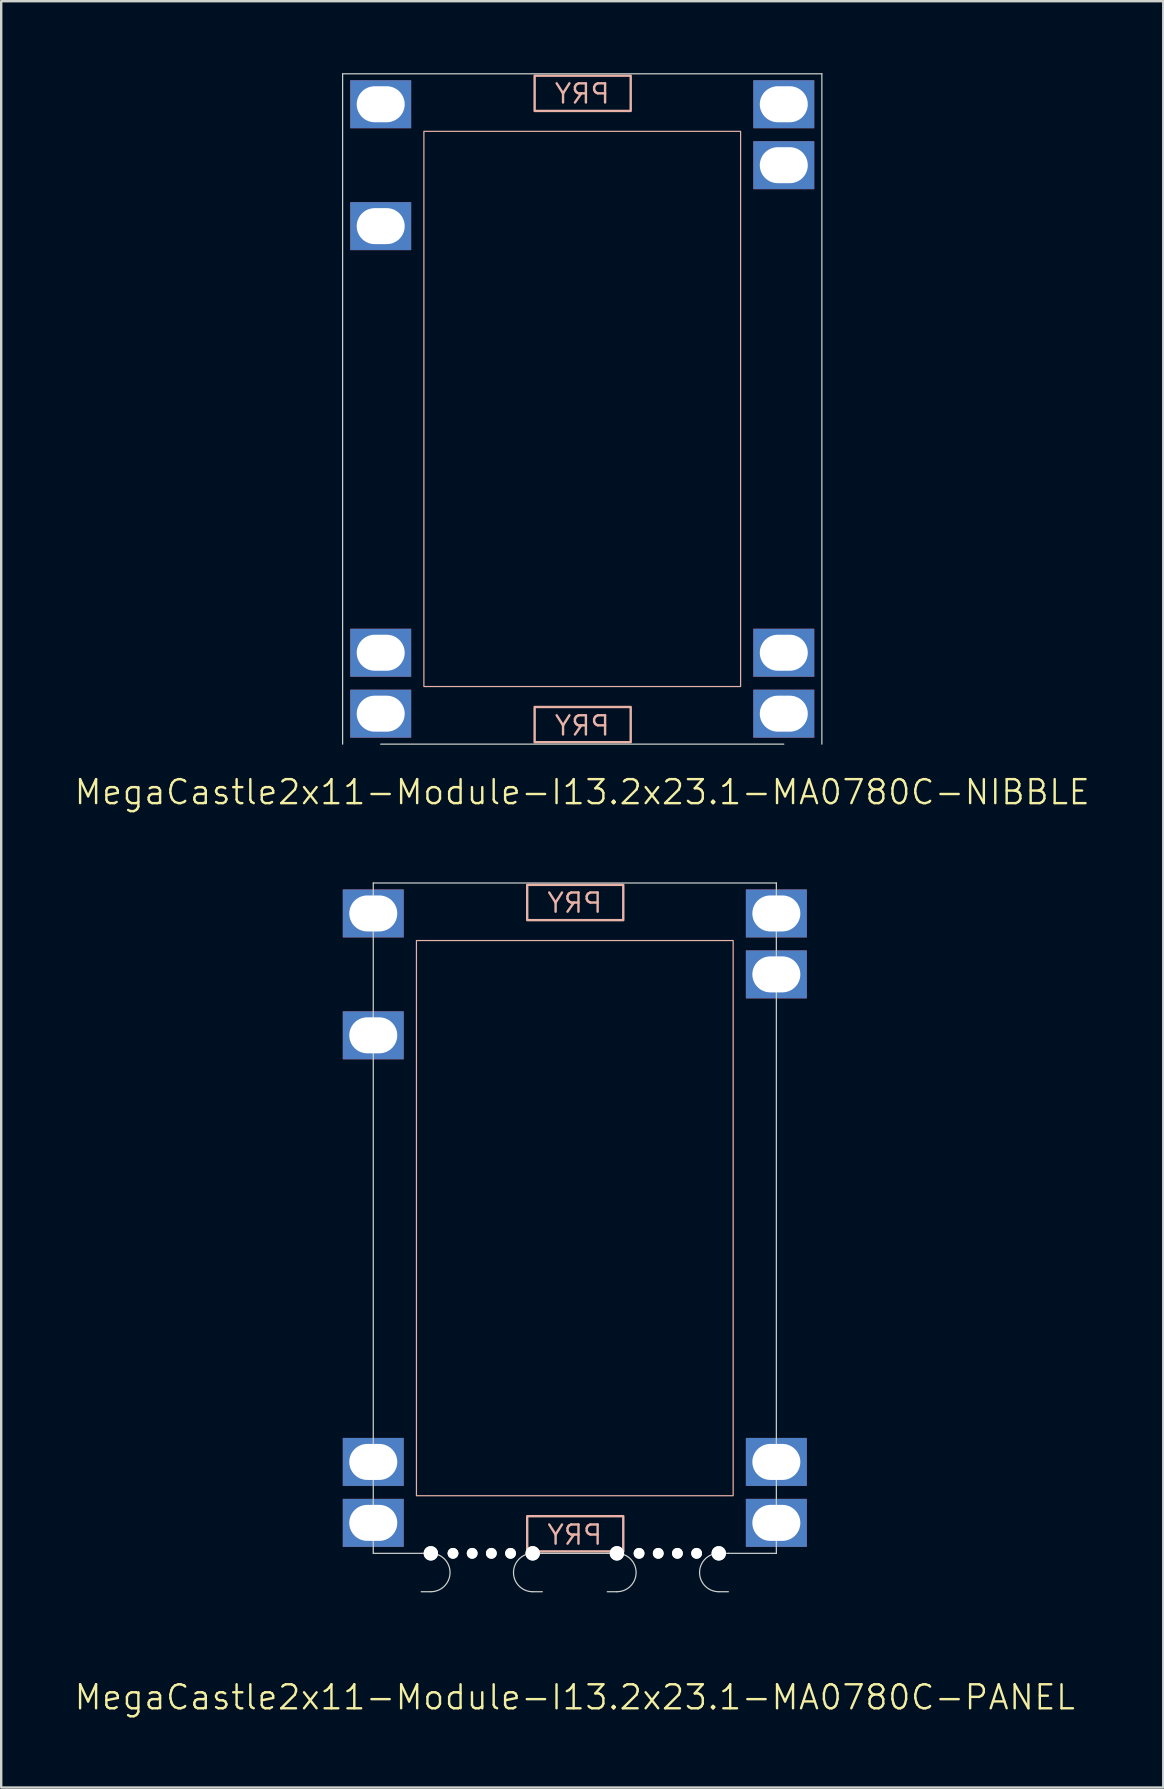
<source format=kicad_pcb>
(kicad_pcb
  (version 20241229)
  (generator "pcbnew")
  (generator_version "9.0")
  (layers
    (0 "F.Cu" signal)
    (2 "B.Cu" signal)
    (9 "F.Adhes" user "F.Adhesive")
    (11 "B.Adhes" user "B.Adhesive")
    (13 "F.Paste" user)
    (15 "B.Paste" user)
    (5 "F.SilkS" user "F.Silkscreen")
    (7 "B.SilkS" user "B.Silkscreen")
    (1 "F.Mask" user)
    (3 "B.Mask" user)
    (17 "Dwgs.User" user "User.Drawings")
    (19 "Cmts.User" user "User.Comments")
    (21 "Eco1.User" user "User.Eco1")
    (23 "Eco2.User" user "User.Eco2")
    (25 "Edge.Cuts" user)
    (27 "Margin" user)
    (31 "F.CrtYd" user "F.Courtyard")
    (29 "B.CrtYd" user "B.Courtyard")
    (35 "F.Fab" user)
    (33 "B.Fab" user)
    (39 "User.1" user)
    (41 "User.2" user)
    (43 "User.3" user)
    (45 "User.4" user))
  (footprint "MegaCastle2x11-Module-I13.2x23.1-MA0780C-NIBBLE"
    (layer "F.Cu")
    (at 21.217 13.995)
    (property "Reference" "MegaCastle2x11-Module-I13.2x23.1-MA0780C-NIBBLE" (at 0 15.97 0) (unlocked yes) (layer "F.SilkS") (effects (font (size 1 1) (thickness 0.1))))
    (attr smd)
    (fp_rect (start -6.6 11.57) (end 6.6 -11.57) (stroke (width 0.05) (type default)) (fill no) (layer "B.SilkS"))
    (fp_rect (start -1.984 -12.421) (end 2.02 -13.89) (stroke (width 0.1) (type default)) (fill no) (layer "B.SilkS"))
    (fp_rect (start -1.984 12.421) (end 2.02 13.89) (stroke (width 0.1) (type default)) (fill no) (layer "B.SilkS"))
    (fp_line (start -9.987 -13.97) (end -9.987 13.97) (stroke (width 0.05) (type default)) (layer "Edge.Cuts"))
    (fp_line (start -9.987 -13.97) (end 9.987 -13.97) (stroke (width 0.05) (type default)) (layer "Edge.Cuts"))
    (fp_line (start -8.4 13.97) (end 8.4 13.97) (stroke (width 0.05) (type default)) (layer "Edge.Cuts"))
    (fp_line (start 9.987 -13.97) (end 9.987 13.97) (stroke (width 0.05) (type default)) (layer "Edge.Cuts"))
    (fp_text user "PRY" (at 0 13.67 0) (unlocked yes) (layer "B.SilkS") (effects (font (size 0.8 0.8) (thickness 0.1)) (justify bottom mirror)))
    (fp_text user "PRY" (at 0 -12.67 0) (unlocked yes) (layer "B.SilkS") (effects (font (size 0.8 0.8) (thickness 0.1)) (justify bottom mirror)))
    (pad "1" thru_hole rect (at -8.4 -12.7) (size 2.54 2) (drill oval 2 1.5) (property pad_prop_castellated) (layers "*.Cu" "*.Mask"))
    (pad "3" thru_hole rect (at -8.4 -7.62) (size 2.54 2) (drill oval 2 1.5) (property pad_prop_castellated) (layers "*.Cu" "*.Mask"))
    (pad "10" thru_hole rect (at -8.4 10.16) (size 2.54 2) (drill oval 2 1.5) (property pad_prop_castellated) (layers "*.Cu" "*.Mask"))
    (pad "11" thru_hole rect (at -8.4 12.7) (size 2.54 2) (drill oval 2 1.5) (property pad_prop_castellated) (layers "*.Cu" "*.Mask"))
    (pad "12" thru_hole rect (at 8.4 -12.7) (size 2.54 2) (drill oval 2 1.5) (property pad_prop_castellated) (layers "*.Cu" "*.Mask"))
    (pad "13" thru_hole rect (at 8.4 -10.16) (size 2.54 2) (drill oval 2 1.5) (property pad_prop_castellated) (layers "*.Cu" "*.Mask"))
    (pad "21" thru_hole rect (at 8.4 10.16) (size 2.54 2) (drill oval 2 1.5) (property pad_prop_castellated) (layers "*.Cu" "*.Mask"))
    (pad "22" thru_hole rect (at 8.4 12.7) (size 2.54 2) (drill oval 2 1.5) (property pad_prop_castellated) (layers "*.Cu" "*.Mask"))
    (zone (net_name "") (layer "B.Cu") (hatch edge 0.5) (connect_pads) (min_thickness 0.25) (filled_areas_thickness no) (keepout (tracks allowed) (vias allowed) (pads allowed) (copperpour allowed) (footprints not_allowed)) (placement (enabled no)) (fill) (polygon (pts (xy 12.817 27.965) (xy 12.817 0.025) (xy 14.617 0.025) (xy 14.617 27.965))))
    (zone (net_name "") (layer "B.Cu") (hatch edge 0.5) (connect_pads) (min_thickness 0.25) (filled_areas_thickness no) (keepout (tracks allowed) (vias allowed) (pads allowed) (copperpour allowed) (footprints not_allowed)) (placement (enabled no)) (fill) (polygon (pts (xy 14.617 0.025) (xy 14.617 2.425) (xy 27.817 2.425) (xy 27.817 0.025))))
    (zone (net_name "") (layer "B.Cu") (hatch edge 0.5) (connect_pads) (min_thickness 0.25) (filled_areas_thickness no) (keepout (tracks allowed) (vias allowed) (pads allowed) (copperpour allowed) (footprints not_allowed)) (placement (enabled no)) (fill) (polygon (pts (xy 14.617 27.965) (xy 14.617 25.565) (xy 27.817 25.565) (xy 27.817 27.965))))
    (zone (net_name "") (layer "B.Cu") (name "Upper Pry Zone") (hatch edge 0.5) (connect_pads) (min_thickness 0.25) (filled_areas_thickness no) (keepout (tracks not_allowed) (vias not_allowed) (pads not_allowed) (copperpour allowed) (footprints not_allowed)) (placement (enabled no)) (fill) (polygon (pts (xy 19.232 1.574) (xy 19.232 0.105) (xy 23.236 0.105) (xy 23.236 1.574))))
    (zone (net_name "") (layer "B.Cu") (name "Upper Pry Zone") (hatch edge 0.5) (connect_pads) (min_thickness 0.25) (filled_areas_thickness no) (keepout (tracks not_allowed) (vias not_allowed) (pads not_allowed) (copperpour allowed) (footprints not_allowed)) (placement (enabled no)) (fill) (polygon (pts (xy 19.232 26.416) (xy 19.232 27.885) (xy 23.236 27.885) (xy 23.236 26.416))))
    (zone (net_name "") (layer "B.Cu") (hatch edge 0.5) (connect_pads) (min_thickness 0.25) (filled_areas_thickness no) (keepout (tracks allowed) (vias allowed) (pads allowed) (copperpour allowed) (footprints not_allowed)) (placement (enabled no)) (fill) (polygon (pts (xy 29.617 27.965) (xy 29.617 0.025) (xy 27.817 0.025) (xy 27.817 27.965)))))
  (footprint "MegaCastle2x11-Module-I13.2x23.1-MA0780C-PANEL"
    (layer "F.Cu")
    (at 20.907 47.721)
    (property "Reference" "MegaCastle2x11-Module-I13.2x23.1-MA0780C-PANEL" (at 0 19.97 0) (unlocked yes) (layer "F.SilkS") (effects (font (size 1 1) (thickness 0.1))))
    (attr smd)
    (fp_rect (start -6.6 11.57) (end 6.6 -11.57) (stroke (width 0.05) (type default)) (fill no) (layer "B.SilkS"))
    (fp_rect (start -1.984 -12.421) (end 2.02 -13.89) (stroke (width 0.1) (type default)) (fill no) (layer "B.SilkS"))
    (fp_rect (start -1.984 12.421) (end 2.02 13.89) (stroke (width 0.1) (type default)) (fill no) (layer "B.SilkS"))
    (fp_line (start -8.4 -13.97) (end -8.4 13.97) (stroke (width 0.05) (type default)) (layer "Edge.Cuts"))
    (fp_line (start -8.4 -13.97) (end 8.4 -13.97) (stroke (width 0.05) (type default)) (layer "Edge.Cuts"))
    (fp_line (start -8.4 13.97) (end -6.4 13.97) (stroke (width 0.05) (type default)) (layer "Edge.Cuts"))
    (fp_line (start -6.4 13.97) (end -6 13.97) (stroke (width 0.05) (type default)) (layer "Edge.Cuts"))
    (fp_line (start -6.4 15.57) (end -6 15.57) (stroke (width 0.05) (type default)) (layer "Edge.Cuts"))
    (fp_line (start -1.355 13.97) (end -1.755 13.97) (stroke (width 0.05) (type default)) (layer "Edge.Cuts"))
    (fp_line (start -1.355 13.97) (end 1.355 13.97) (stroke (width 0.05) (type default)) (layer "Edge.Cuts"))
    (fp_line (start -1.355 15.57) (end -1.755 15.57) (stroke (width 0.05) (type default)) (layer "Edge.Cuts"))
    (fp_line (start 1.355 13.97) (end 1.755 13.97) (stroke (width 0.05) (type default)) (layer "Edge.Cuts"))
    (fp_line (start 1.355 15.57) (end 1.755 15.57) (stroke (width 0.05) (type default)) (layer "Edge.Cuts"))
    (fp_line (start 6.4 13.97) (end 6 13.97) (stroke (width 0.05) (type default)) (layer "Edge.Cuts"))
    (fp_line (start 6.4 13.97) (end 8.4 13.97) (stroke (width 0.05) (type default)) (layer "Edge.Cuts"))
    (fp_line (start 6.4 15.57) (end 6 15.57) (stroke (width 0.05) (type default)) (layer "Edge.Cuts"))
    (fp_line (start 8.4 -13.97) (end 8.4 13.97) (stroke (width 0.05) (type default)) (layer "Edge.Cuts"))
    (fp_arc (start -6 13.97) (mid -5.2 14.77) (end -6 15.57) (stroke (width 0.05) (type default)) (layer "Edge.Cuts"))
    (fp_arc (start -1.755 15.57) (mid -2.555 14.77) (end -1.755 13.97) (stroke (width 0.05) (type default)) (layer "Edge.Cuts"))
    (fp_arc (start 1.755 13.97) (mid 2.555 14.77) (end 1.755 15.57) (stroke (width 0.05) (type default)) (layer "Edge.Cuts"))
    (fp_arc (start 6 15.57) (mid 5.2 14.77) (end 6 13.97) (stroke (width 0.05) (type default)) (layer "Edge.Cuts"))
    (fp_text user "PRY" (at 0 13.67 0) (unlocked yes) (layer "B.SilkS") (effects (font (size 0.8 0.8) (thickness 0.1)) (justify bottom mirror)))
    (fp_text user "PRY" (at 0 -12.67 0) (unlocked yes) (layer "B.SilkS") (effects (font (size 0.8 0.8) (thickness 0.1)) (justify bottom mirror)))
    (pad "" np_thru_hole circle (at -6 13.97) (size 0.6 0.6) (drill 0.6) (layers "*.Cu" "Edge.Cuts"))
    (pad "" np_thru_hole circle (at -5.077 13.97) (size 0.45 0.45) (drill 0.45) (layers "*.Cu" "Edge.Cuts"))
    (pad "" np_thru_hole circle (at -4.277 13.97) (size 0.45 0.45) (drill 0.45) (layers "*.Cu" "Edge.Cuts"))
    (pad "" np_thru_hole circle (at -3.478 13.97) (size 0.45 0.45) (drill 0.45) (layers "*.Cu" "Edge.Cuts"))
    (pad "" np_thru_hole circle (at -2.678 13.97) (size 0.45 0.45) (drill 0.45) (layers "*.Cu" "Edge.Cuts"))
    (pad "" np_thru_hole circle (at -1.755 13.97) (size 0.6 0.6) (drill 0.6) (layers "*.Cu" "Edge.Cuts"))
    (pad "" np_thru_hole circle (at 1.755 13.97) (size 0.6 0.6) (drill 0.6) (layers "*.Cu" "Edge.Cuts"))
    (pad "" np_thru_hole circle (at 2.678 13.97) (size 0.45 0.45) (drill 0.45) (layers "*.Cu" "Edge.Cuts"))
    (pad "" np_thru_hole circle (at 3.478 13.97) (size 0.45 0.45) (drill 0.45) (layers "*.Cu" "Edge.Cuts"))
    (pad "" np_thru_hole circle (at 4.277 13.97) (size 0.45 0.45) (drill 0.45) (layers "*.Cu" "Edge.Cuts"))
    (pad "" np_thru_hole circle (at 5.077 13.97) (size 0.45 0.45) (drill 0.45) (layers "*.Cu" "Edge.Cuts"))
    (pad "" np_thru_hole circle (at 6 13.97) (size 0.6 0.6) (drill 0.6) (layers "*.Cu" "Edge.Cuts"))
    (pad "1" thru_hole rect (at -8.4 -12.7) (size 2.54 2) (drill oval 2 1.5) (property pad_prop_castellated) (layers "*.Cu" "*.Mask"))
    (pad "3" thru_hole rect (at -8.4 -7.62) (size 2.54 2) (drill oval 2 1.5) (property pad_prop_castellated) (layers "*.Cu" "*.Mask"))
    (pad "10" thru_hole rect (at -8.4 10.16) (size 2.54 2) (drill oval 2 1.5) (property pad_prop_castellated) (layers "*.Cu" "*.Mask"))
    (pad "11" thru_hole rect (at -8.4 12.7) (size 2.54 2) (drill oval 2 1.5) (property pad_prop_castellated) (layers "*.Cu" "*.Mask"))
    (pad "12" thru_hole rect (at 8.4 -12.7) (size 2.54 2) (drill oval 2 1.5) (property pad_prop_castellated) (layers "*.Cu" "*.Mask"))
    (pad "13" thru_hole rect (at 8.4 -10.16) (size 2.54 2) (drill oval 2 1.5) (property pad_prop_castellated) (layers "*.Cu" "*.Mask"))
    (pad "21" thru_hole rect (at 8.4 10.16) (size 2.54 2) (drill oval 2 1.5) (property pad_prop_castellated) (layers "*.Cu" "*.Mask"))
    (pad "22" thru_hole rect (at 8.4 12.7) (size 2.54 2) (drill oval 2 1.5) (property pad_prop_castellated) (layers "*.Cu" "*.Mask"))
    (zone (net_name "") (layer "B.Cu") (hatch edge 0.5) (connect_pads) (min_thickness 0.25) (filled_areas_thickness no) (keepout (tracks allowed) (vias allowed) (pads allowed) (copperpour allowed) (footprints not_allowed)) (placement (enabled no)) (fill) (polygon (pts (xy 12.507 61.691) (xy 12.507 33.751) (xy 14.307 33.751) (xy 14.307 61.691))))
    (zone (net_name "") (layer "B.Cu") (hatch edge 0.5) (connect_pads) (min_thickness 0.25) (filled_areas_thickness no) (keepout (tracks allowed) (vias allowed) (pads allowed) (copperpour allowed) (footprints not_allowed)) (placement (enabled no)) (fill) (polygon (pts (xy 14.307 33.751) (xy 14.307 36.151) (xy 27.507 36.151) (xy 27.507 33.751))))
    (zone (net_name "") (layer "B.Cu") (hatch edge 0.5) (connect_pads) (min_thickness 0.25) (filled_areas_thickness no) (keepout (tracks allowed) (vias allowed) (pads allowed) (copperpour allowed) (footprints not_allowed)) (placement (enabled no)) (fill) (polygon (pts (xy 14.307 61.691) (xy 14.307 59.291) (xy 27.507 59.291) (xy 27.507 61.691))))
    (zone (net_name "") (layer "B.Cu") (name "Upper Pry Zone") (hatch edge 0.5) (connect_pads) (min_thickness 0.25) (filled_areas_thickness no) (keepout (tracks not_allowed) (vias not_allowed) (pads not_allowed) (copperpour allowed) (footprints not_allowed)) (placement (enabled no)) (fill) (polygon (pts (xy 18.923 35.299) (xy 18.923 33.831) (xy 22.927 33.831) (xy 22.927 35.299))))
    (zone (net_name "") (layer "B.Cu") (name "Upper Pry Zone") (hatch edge 0.5) (connect_pads) (min_thickness 0.25) (filled_areas_thickness no) (keepout (tracks not_allowed) (vias not_allowed) (pads not_allowed) (copperpour allowed) (footprints not_allowed)) (placement (enabled no)) (fill) (polygon (pts (xy 18.923 60.142) (xy 18.923 61.611) (xy 22.927 61.611) (xy 22.927 60.142))))
    (zone (net_name "") (layer "B.Cu") (hatch edge 0.5) (connect_pads) (min_thickness 0.25) (filled_areas_thickness no) (keepout (tracks allowed) (vias allowed) (pads allowed) (copperpour allowed) (footprints not_allowed)) (placement (enabled no)) (fill) (polygon (pts (xy 29.307 61.691) (xy 29.307 33.751) (xy 27.507 33.751) (xy 27.507 61.691)))))
  (gr_rect
    (start -3 -3)
    (end 45.433 71.451)
    (stroke (width 0.1) (type default))
    (fill no)
    (layer "Edge.Cuts")))
</source>
